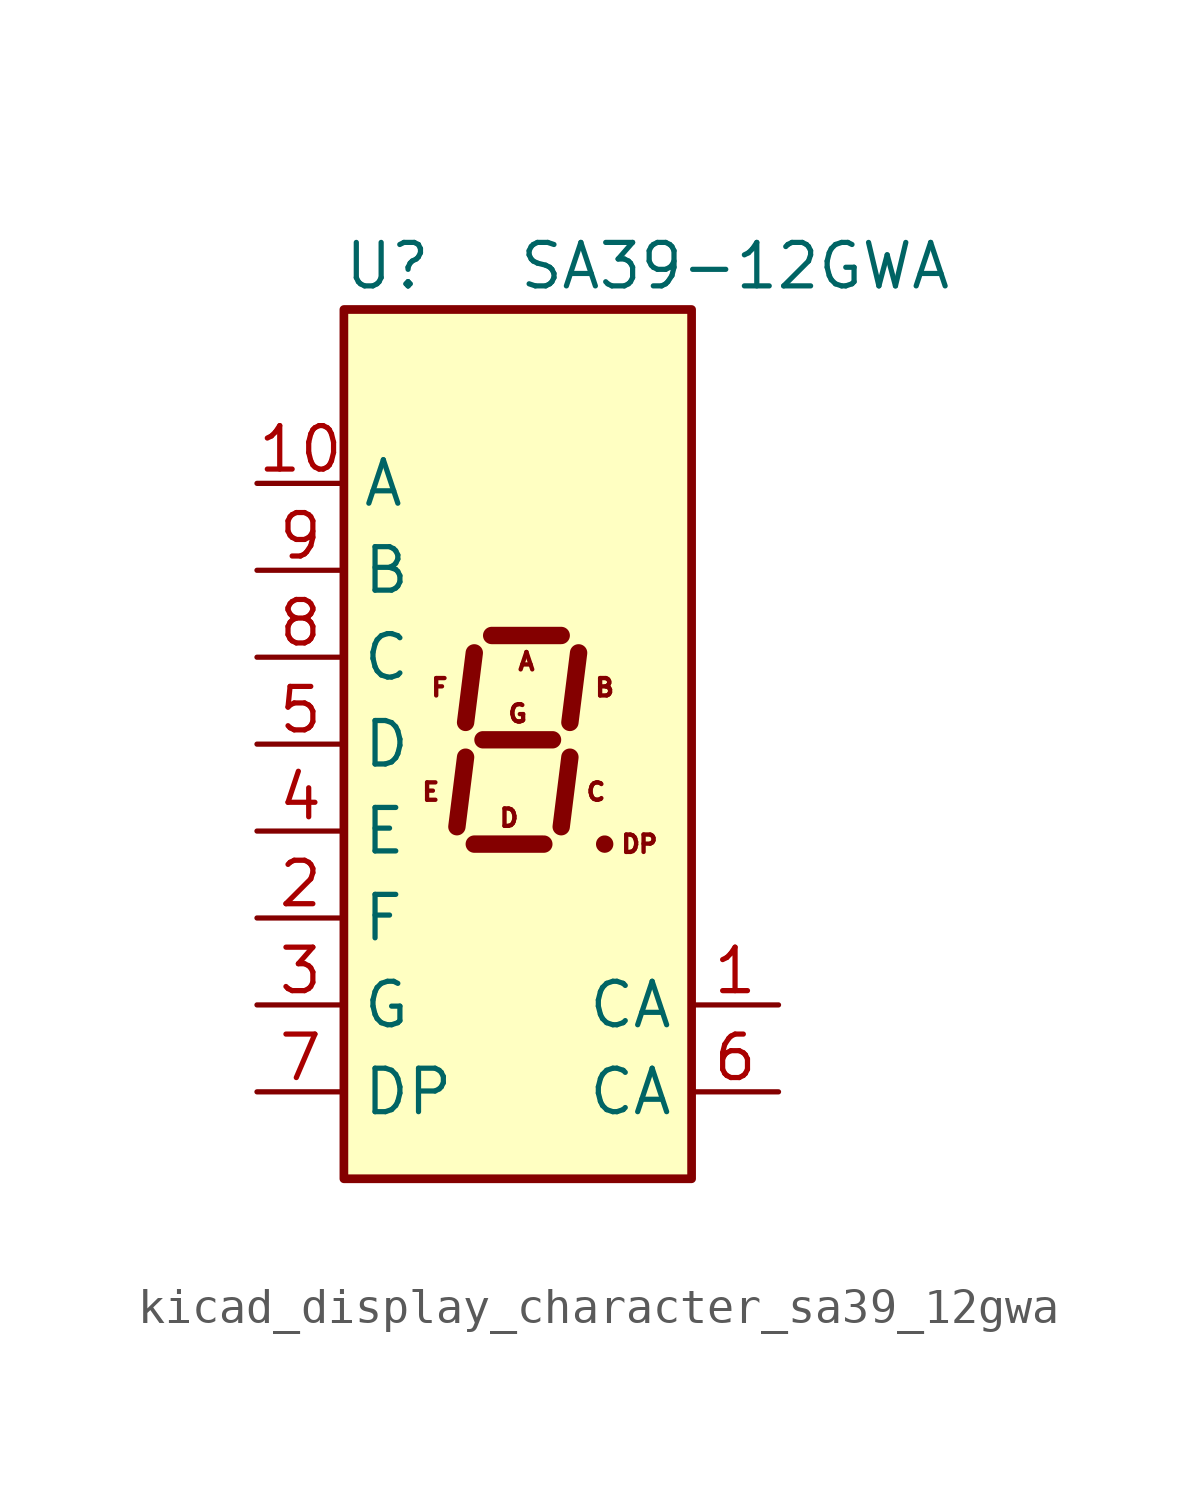
<source format=kicad_sym>
(kicad_symbol_lib
  (version 20220914)
  (generator kicad_symbol_editor)
  (symbol "kicad_display_character_sa39_12gwa"
    (property "Reference" "U"
      (at -3.81 13.97 0)
      (effects (font (size 1.27 1.27))))
    (property "Value" "SA39-12GWA"
      (at 6.35 13.97 0)
      (effects (font (size 1.27 1.27))))
    (symbol "kicad_display_character_sa39_12gwa_1_0"
      (text "A" (at 0.254 2.413 0) (effects (font (size 0.508 0.508))))
      (text "B" (at 2.54 1.651 0) (effects (font (size 0.508 0.508))))
      (text "C" (at 2.286 -1.397 0) (effects (font (size 0.508 0.508))))
      (text "D" (at -0.254 -2.159 0) (effects (font (size 0.508 0.508))))
      (text "DP" (at 3.556 -2.921 0) (effects (font (size 0.508 0.508))))
      (text "E" (at -2.54 -1.397 0) (effects (font (size 0.508 0.508))))
      (text "F" (at -2.286 1.651 0) (effects (font (size 0.508 0.508))))
      (text "G" (at 0 0.889 0) (effects (font (size 0.508 0.508)))))
    (symbol "kicad_display_character_sa39_12gwa_1_1"
      (rectangle (start -5.08 12.7) (end 5.08 -12.7) (stroke (width 0.254) (type default)) (fill (type background)))
      (polyline (pts (xy -1.524 -0.381) (xy -1.778 -2.413)) (stroke (width 0.508) (type default)) (fill (type none)))
      (polyline (pts (xy -1.27 -2.921) (xy 0.762 -2.921)) (stroke (width 0.508) (type default)) (fill (type none)))
      (polyline (pts (xy -1.27 2.667) (xy -1.524 0.635)) (stroke (width 0.508) (type default)) (fill (type none)))
      (polyline (pts (xy -1.016 0.127) (xy 1.016 0.127)) (stroke (width 0.508) (type default)) (fill (type none)))
      (polyline (pts (xy -0.762 3.175) (xy 1.27 3.175)) (stroke (width 0.508) (type default)) (fill (type none)))
      (polyline (pts (xy 1.524 -0.381) (xy 1.27 -2.413)) (stroke (width 0.508) (type default)) (fill (type none)))
      (polyline (pts (xy 1.778 2.667) (xy 1.524 0.635)) (stroke (width 0.508) (type default)) (fill (type none)))
      (polyline (pts (xy 2.54 -2.921) (xy 2.54 -2.921)) (stroke (width 0.508) (type default)) (fill (type none)))
      (pin input line (at 7.62 -7.62 180) (length 2.54) (name "CA" (effects (font (size 1.27 1.27)))) (number "1" (effects (font (size 1.27 1.27)))))
      (pin input line (at -7.62 7.62 0) (length 2.54) (name "A" (effects (font (size 1.27 1.27)))) (number "10" (effects (font (size 1.27 1.27)))))
      (pin input line (at -7.62 -5.08 0) (length 2.54) (name "F" (effects (font (size 1.27 1.27)))) (number "2" (effects (font (size 1.27 1.27)))))
      (pin input line (at -7.62 -7.62 0) (length 2.54) (name "G" (effects (font (size 1.27 1.27)))) (number "3" (effects (font (size 1.27 1.27)))))
      (pin input line (at -7.62 -2.54 0) (length 2.54) (name "E" (effects (font (size 1.27 1.27)))) (number "4" (effects (font (size 1.27 1.27)))))
      (pin input line (at -7.62 0 0) (length 2.54) (name "D" (effects (font (size 1.27 1.27)))) (number "5" (effects (font (size 1.27 1.27)))))
      (pin input line (at 7.62 -10.16 180) (length 2.54) (name "CA" (effects (font (size 1.27 1.27)))) (number "6" (effects (font (size 1.27 1.27)))))
      (pin input line (at -7.62 -10.16 0) (length 2.54) (name "DP" (effects (font (size 1.27 1.27)))) (number "7" (effects (font (size 1.27 1.27)))))
      (pin input line (at -7.62 2.54 0) (length 2.54) (name "C" (effects (font (size 1.27 1.27)))) (number "8" (effects (font (size 1.27 1.27)))))
      (pin input line (at -7.62 5.08 0) (length 2.54) (name "B" (effects (font (size 1.27 1.27)))) (number "9" (effects (font (size 1.27 1.27))))))))
</source>
